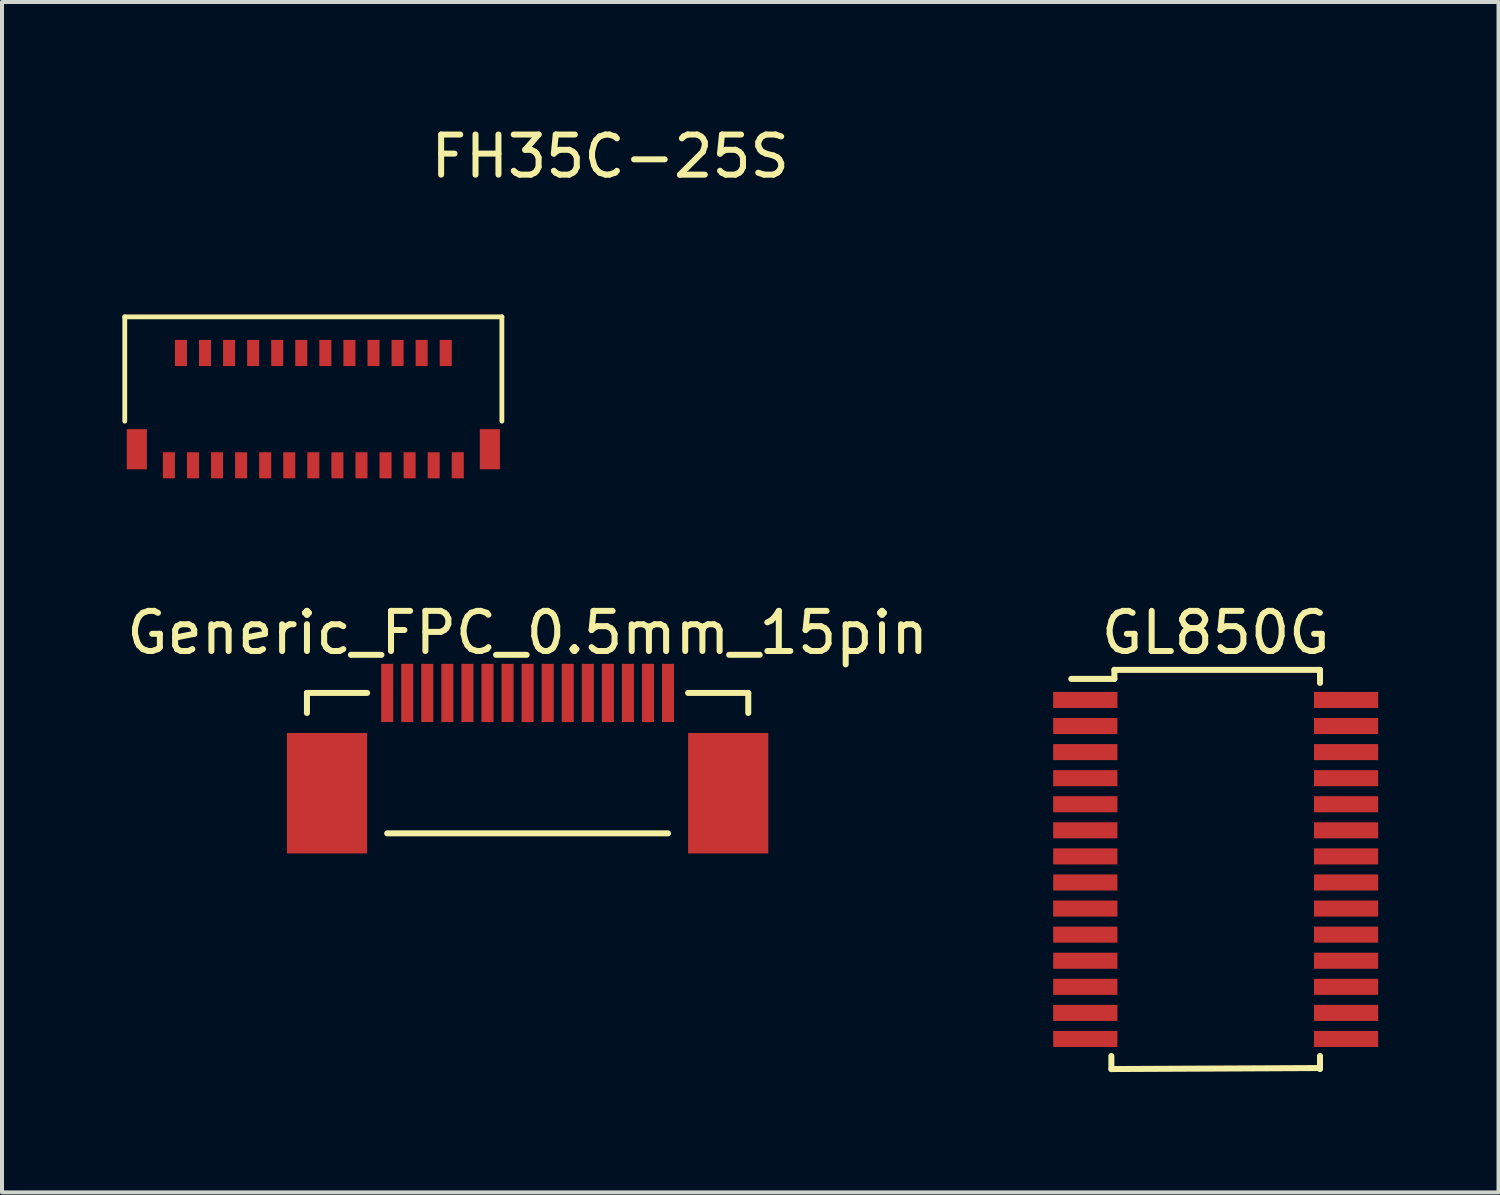
<source format=kicad_pcb>
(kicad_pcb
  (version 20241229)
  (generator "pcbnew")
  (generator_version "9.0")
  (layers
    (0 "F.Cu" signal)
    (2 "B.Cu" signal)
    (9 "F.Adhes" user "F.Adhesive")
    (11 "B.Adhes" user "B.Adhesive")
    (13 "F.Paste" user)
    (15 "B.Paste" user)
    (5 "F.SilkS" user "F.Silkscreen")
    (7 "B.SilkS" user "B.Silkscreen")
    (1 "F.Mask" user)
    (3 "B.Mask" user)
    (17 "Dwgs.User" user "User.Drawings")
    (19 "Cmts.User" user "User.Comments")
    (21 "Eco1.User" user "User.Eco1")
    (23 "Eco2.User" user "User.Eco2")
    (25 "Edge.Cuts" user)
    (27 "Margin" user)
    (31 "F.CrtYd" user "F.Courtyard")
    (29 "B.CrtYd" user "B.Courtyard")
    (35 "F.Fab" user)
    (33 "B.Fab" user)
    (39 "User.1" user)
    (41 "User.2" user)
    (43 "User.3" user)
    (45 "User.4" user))
  (footprint "GL850G"
    (layer "F.Cu")
    (at 27.252 18.622)
    (property "Reference" "GL850G" (at 0 -5.9 0) (layer "F.SilkS") (effects (font (size 1 1) (thickness 0.15))))
    (attr smd)
    (fp_line (start -2.6 4.975) (end -2.6 4.65) (stroke (width 0.15) (type solid)) (layer "F.SilkS"))
    (fp_line (start -2.6 4.975) (end 2.6 4.95) (stroke (width 0.15) (type solid)) (layer "F.SilkS"))
    (fp_line (start -2.525 -4.975) (end -2.525 -4.75) (stroke (width 0.15) (type solid)) (layer "F.SilkS"))
    (fp_line (start -2.525 -4.975) (end 2.6 -4.975) (stroke (width 0.15) (type solid)) (layer "F.SilkS"))
    (fp_line (start -2.525 -4.75) (end -3.6 -4.75) (stroke (width 0.15) (type solid)) (layer "F.SilkS"))
    (fp_line (start 2.6 -4.975) (end 2.6 -4.65) (stroke (width 0.15) (type solid)) (layer "F.SilkS"))
    (fp_line (start 2.6 4.975) (end 2.6 4.65) (stroke (width 0.15) (type solid)) (layer "F.SilkS"))
    (pad "1" smd rect (at -3.25 -4.225) (size 1.6 0.4) (layers "F.Cu" "F.Mask" "F.Paste"))
    (pad "2" smd rect (at -3.25 -3.575) (size 1.6 0.4) (layers "F.Cu" "F.Mask" "F.Paste"))
    (pad "3" smd rect (at -3.25 -2.925) (size 1.6 0.4) (layers "F.Cu" "F.Mask" "F.Paste"))
    (pad "4" smd rect (at -3.25 -2.275) (size 1.6 0.4) (layers "F.Cu" "F.Mask" "F.Paste"))
    (pad "5" smd rect (at -3.25 -1.625) (size 1.6 0.4) (layers "F.Cu" "F.Mask" "F.Paste"))
    (pad "6" smd rect (at -3.25 -0.975) (size 1.6 0.4) (layers "F.Cu" "F.Mask" "F.Paste"))
    (pad "7" smd rect (at -3.25 -0.325) (size 1.6 0.4) (layers "F.Cu" "F.Mask" "F.Paste"))
    (pad "8" smd rect (at -3.25 0.325) (size 1.6 0.4) (layers "F.Cu" "F.Mask" "F.Paste"))
    (pad "9" smd rect (at -3.25 0.975) (size 1.6 0.4) (layers "F.Cu" "F.Mask" "F.Paste"))
    (pad "10" smd rect (at -3.25 1.625) (size 1.6 0.4) (layers "F.Cu" "F.Mask" "F.Paste"))
    (pad "11" smd rect (at -3.25 2.275) (size 1.6 0.4) (layers "F.Cu" "F.Mask" "F.Paste"))
    (pad "12" smd rect (at -3.25 2.925) (size 1.6 0.4) (layers "F.Cu" "F.Mask" "F.Paste"))
    (pad "13" smd rect (at -3.25 3.575) (size 1.6 0.4) (layers "F.Cu" "F.Mask" "F.Paste"))
    (pad "14" smd rect (at -3.25 4.225) (size 1.6 0.4) (layers "F.Cu" "F.Mask" "F.Paste"))
    (pad "15" smd rect (at 3.25 4.225) (size 1.6 0.4) (layers "F.Cu" "F.Mask" "F.Paste"))
    (pad "16" smd rect (at 3.25 3.575) (size 1.6 0.4) (layers "F.Cu" "F.Mask" "F.Paste"))
    (pad "17" smd rect (at 3.25 2.925) (size 1.6 0.4) (layers "F.Cu" "F.Mask" "F.Paste"))
    (pad "18" smd rect (at 3.25 2.275) (size 1.6 0.4) (layers "F.Cu" "F.Mask" "F.Paste"))
    (pad "19" smd rect (at 3.25 1.625) (size 1.6 0.4) (layers "F.Cu" "F.Mask" "F.Paste"))
    (pad "20" smd rect (at 3.25 0.975) (size 1.6 0.4) (layers "F.Cu" "F.Mask" "F.Paste"))
    (pad "21" smd rect (at 3.25 0.325) (size 1.6 0.4) (layers "F.Cu" "F.Mask" "F.Paste"))
    (pad "22" smd rect (at 3.25 -0.325) (size 1.6 0.4) (layers "F.Cu" "F.Mask" "F.Paste"))
    (pad "23" smd rect (at 3.25 -0.975) (size 1.6 0.4) (layers "F.Cu" "F.Mask" "F.Paste"))
    (pad "24" smd rect (at 3.25 -1.625) (size 1.6 0.4) (layers "F.Cu" "F.Mask" "F.Paste"))
    (pad "25" smd rect (at 3.25 -2.275) (size 1.6 0.4) (layers "F.Cu" "F.Mask" "F.Paste"))
    (pad "26" smd rect (at 3.25 -2.925) (size 1.6 0.4) (layers "F.Cu" "F.Mask" "F.Paste"))
    (pad "27" smd rect (at 3.25 -3.575) (size 1.6 0.4) (layers "F.Cu" "F.Mask" "F.Paste"))
    (pad "28" smd rect (at 3.25 -4.225) (size 1.6 0.4) (layers "F.Cu" "F.Mask" "F.Paste")))
  (footprint "FH35C-25S"
    (layer "F.Cu")
    (at 4.76 8.248)
    (property "Reference" "FH35C-25S" (at 7.4 -7.4 0) (layer "F.SilkS") (effects (font (size 1 1) (thickness 0.15))))
    (attr through_hole)
    (fp_line (start -4.7 -3.4) (end -4.7 -0.8) (stroke (width 0.12) (type solid)) (layer "F.SilkS"))
    (fp_line (start 4.7 -3.4) (end -4.7 -3.4) (stroke (width 0.12) (type solid)) (layer "F.SilkS"))
    (fp_line (start 4.7 -0.8) (end 4.7 -3.4) (stroke (width 0.12) (type solid)) (layer "F.SilkS"))
    (pad "1" smd rect (at -3.6 0.3 180) (size 0.3 0.65) (layers "F.Cu" "F.Mask" "F.Paste"))
    (pad "2" smd rect (at -3.3 -2.5) (size 0.3 0.65) (layers "F.Cu" "F.Mask" "F.Paste"))
    (pad "3" smd rect (at -3 0.3 180) (size 0.3 0.65) (layers "F.Cu" "F.Mask" "F.Paste"))
    (pad "4" smd rect (at -2.7 -2.5) (size 0.3 0.65) (layers "F.Cu" "F.Mask" "F.Paste"))
    (pad "5" smd rect (at -2.4 0.3 180) (size 0.3 0.65) (layers "F.Cu" "F.Mask" "F.Paste"))
    (pad "6" smd rect (at -2.1 -2.5) (size 0.3 0.65) (layers "F.Cu" "F.Mask" "F.Paste"))
    (pad "7" smd rect (at -1.8 0.3 180) (size 0.3 0.65) (layers "F.Cu" "F.Mask" "F.Paste"))
    (pad "8" smd rect (at -1.5 -2.5) (size 0.3 0.65) (layers "F.Cu" "F.Mask" "F.Paste"))
    (pad "9" smd rect (at -1.2 0.3 180) (size 0.3 0.65) (layers "F.Cu" "F.Mask" "F.Paste"))
    (pad "10" smd rect (at -0.9 -2.5) (size 0.3 0.65) (layers "F.Cu" "F.Mask" "F.Paste"))
    (pad "11" smd rect (at -0.6 0.3 180) (size 0.3 0.65) (layers "F.Cu" "F.Mask" "F.Paste"))
    (pad "12" smd rect (at -0.3 -2.5) (size 0.3 0.65) (layers "F.Cu" "F.Mask" "F.Paste"))
    (pad "13" smd rect (at 0 0.3 180) (size 0.3 0.65) (layers "F.Cu" "F.Mask" "F.Paste"))
    (pad "14" smd rect (at 0.3 -2.5) (size 0.3 0.65) (layers "F.Cu" "F.Mask" "F.Paste"))
    (pad "15" smd rect (at 0.6 0.3 180) (size 0.3 0.65) (layers "F.Cu" "F.Mask" "F.Paste"))
    (pad "16" smd rect (at 0.9 -2.5) (size 0.3 0.65) (layers "F.Cu" "F.Mask" "F.Paste"))
    (pad "17" smd rect (at 1.2 0.3 180) (size 0.3 0.65) (layers "F.Cu" "F.Mask" "F.Paste"))
    (pad "18" smd rect (at 1.5 -2.5) (size 0.3 0.65) (layers "F.Cu" "F.Mask" "F.Paste"))
    (pad "19" smd rect (at 1.8 0.3 180) (size 0.3 0.65) (layers "F.Cu" "F.Mask" "F.Paste"))
    (pad "20" smd rect (at 2.1 -2.5) (size 0.3 0.65) (layers "F.Cu" "F.Mask" "F.Paste"))
    (pad "21" smd rect (at 2.4 0.3 180) (size 0.3 0.65) (layers "F.Cu" "F.Mask" "F.Paste"))
    (pad "22" smd rect (at 2.7 -2.5) (size 0.3 0.65) (layers "F.Cu" "F.Mask" "F.Paste"))
    (pad "23" smd rect (at 3 0.3 180) (size 0.3 0.65) (layers "F.Cu" "F.Mask" "F.Paste"))
    (pad "24" smd rect (at 3.3 -2.5) (size 0.3 0.65) (layers "F.Cu" "F.Mask" "F.Paste"))
    (pad "25" smd rect (at 3.6 0.3 180) (size 0.3 0.65) (layers "F.Cu" "F.Mask" "F.Paste"))
    (pad "MP" smd rect (at -4.4 -0.1) (size 0.5 1) (layers "F.Cu" "F.Mask" "F.Paste"))
    (pad "MP" smd rect (at 4.4 -0.1) (size 0.5 1) (layers "F.Cu" "F.Mask" "F.Paste")))
  (footprint "Generic_FPC_0.5mm_15pin"
    (layer "F.Cu")
    (at 10.101 15.722)
    (property "Reference" "Generic_FPC_0.5mm_15pin" (at 0 -3 0) (layer "F.SilkS") (effects (font (size 1 1) (thickness 0.15))))
    (attr through_hole)
    (fp_line (start -5.5 -1.5) (end -5.5 -1) (stroke (width 0.15) (type solid)) (layer "F.SilkS"))
    (fp_line (start -4 -1.5) (end -5.5 -1.5) (stroke (width 0.15) (type solid)) (layer "F.SilkS"))
    (fp_line (start -3.5 2) (end 3.5 2) (stroke (width 0.15) (type solid)) (layer "F.SilkS"))
    (fp_line (start 4 -1.5) (end 5.5 -1.5) (stroke (width 0.15) (type solid)) (layer "F.SilkS"))
    (fp_line (start 5.5 -1.5) (end 5.5 -1) (stroke (width 0.15) (type solid)) (layer "F.SilkS"))
    (pad "1" smd rect (at -3.5 -1.5) (size 0.3 1.45) (layers "F.Cu" "F.Mask" "F.Paste"))
    (pad "2" smd rect (at -3 -1.5) (size 0.3 1.45) (layers "F.Cu" "F.Mask" "F.Paste"))
    (pad "3" smd rect (at -2.5 -1.5) (size 0.3 1.45) (layers "F.Cu" "F.Mask" "F.Paste"))
    (pad "4" smd rect (at -2 -1.5) (size 0.3 1.45) (layers "F.Cu" "F.Mask" "F.Paste"))
    (pad "5" smd rect (at -1.5 -1.5) (size 0.3 1.45) (layers "F.Cu" "F.Mask" "F.Paste"))
    (pad "6" smd rect (at -1 -1.5) (size 0.3 1.45) (layers "F.Cu" "F.Mask" "F.Paste"))
    (pad "7" smd rect (at -0.5 -1.5) (size 0.3 1.45) (layers "F.Cu" "F.Mask" "F.Paste"))
    (pad "8" smd rect (at 0 -1.5 180) (size 0.3 1.45) (layers "F.Cu" "F.Mask" "F.Paste"))
    (pad "9" smd rect (at 0.5 -1.5) (size 0.3 1.45) (layers "F.Cu" "F.Mask" "F.Paste"))
    (pad "10" smd rect (at 1 -1.5) (size 0.3 1.45) (layers "F.Cu" "F.Mask" "F.Paste"))
    (pad "11" smd rect (at 1.5 -1.5) (size 0.3 1.45) (layers "F.Cu" "F.Mask" "F.Paste"))
    (pad "12" smd rect (at 2 -1.5) (size 0.3 1.45) (layers "F.Cu" "F.Mask" "F.Paste"))
    (pad "13" smd rect (at 2.5 -1.5) (size 0.3 1.45) (layers "F.Cu" "F.Mask" "F.Paste"))
    (pad "14" smd rect (at 3 -1.5) (size 0.3 1.45) (layers "F.Cu" "F.Mask" "F.Paste"))
    (pad "15" smd rect (at 3.5 -1.5) (size 0.3 1.45) (layers "F.Cu" "F.Mask" "F.Paste"))
    (pad "MP" smd rect (at -5 1) (size 2 3) (layers "F.Cu" "F.Mask" "F.Paste"))
    (pad "MP" smd rect (at 5 1) (size 2 3) (layers "F.Cu" "F.Mask" "F.Paste")))
  (gr_rect
    (start -3 -3)
    (end 34.302 26.672)
    (stroke (width 0.1) (type default))
    (fill no)
    (layer "Edge.Cuts")))
</source>
